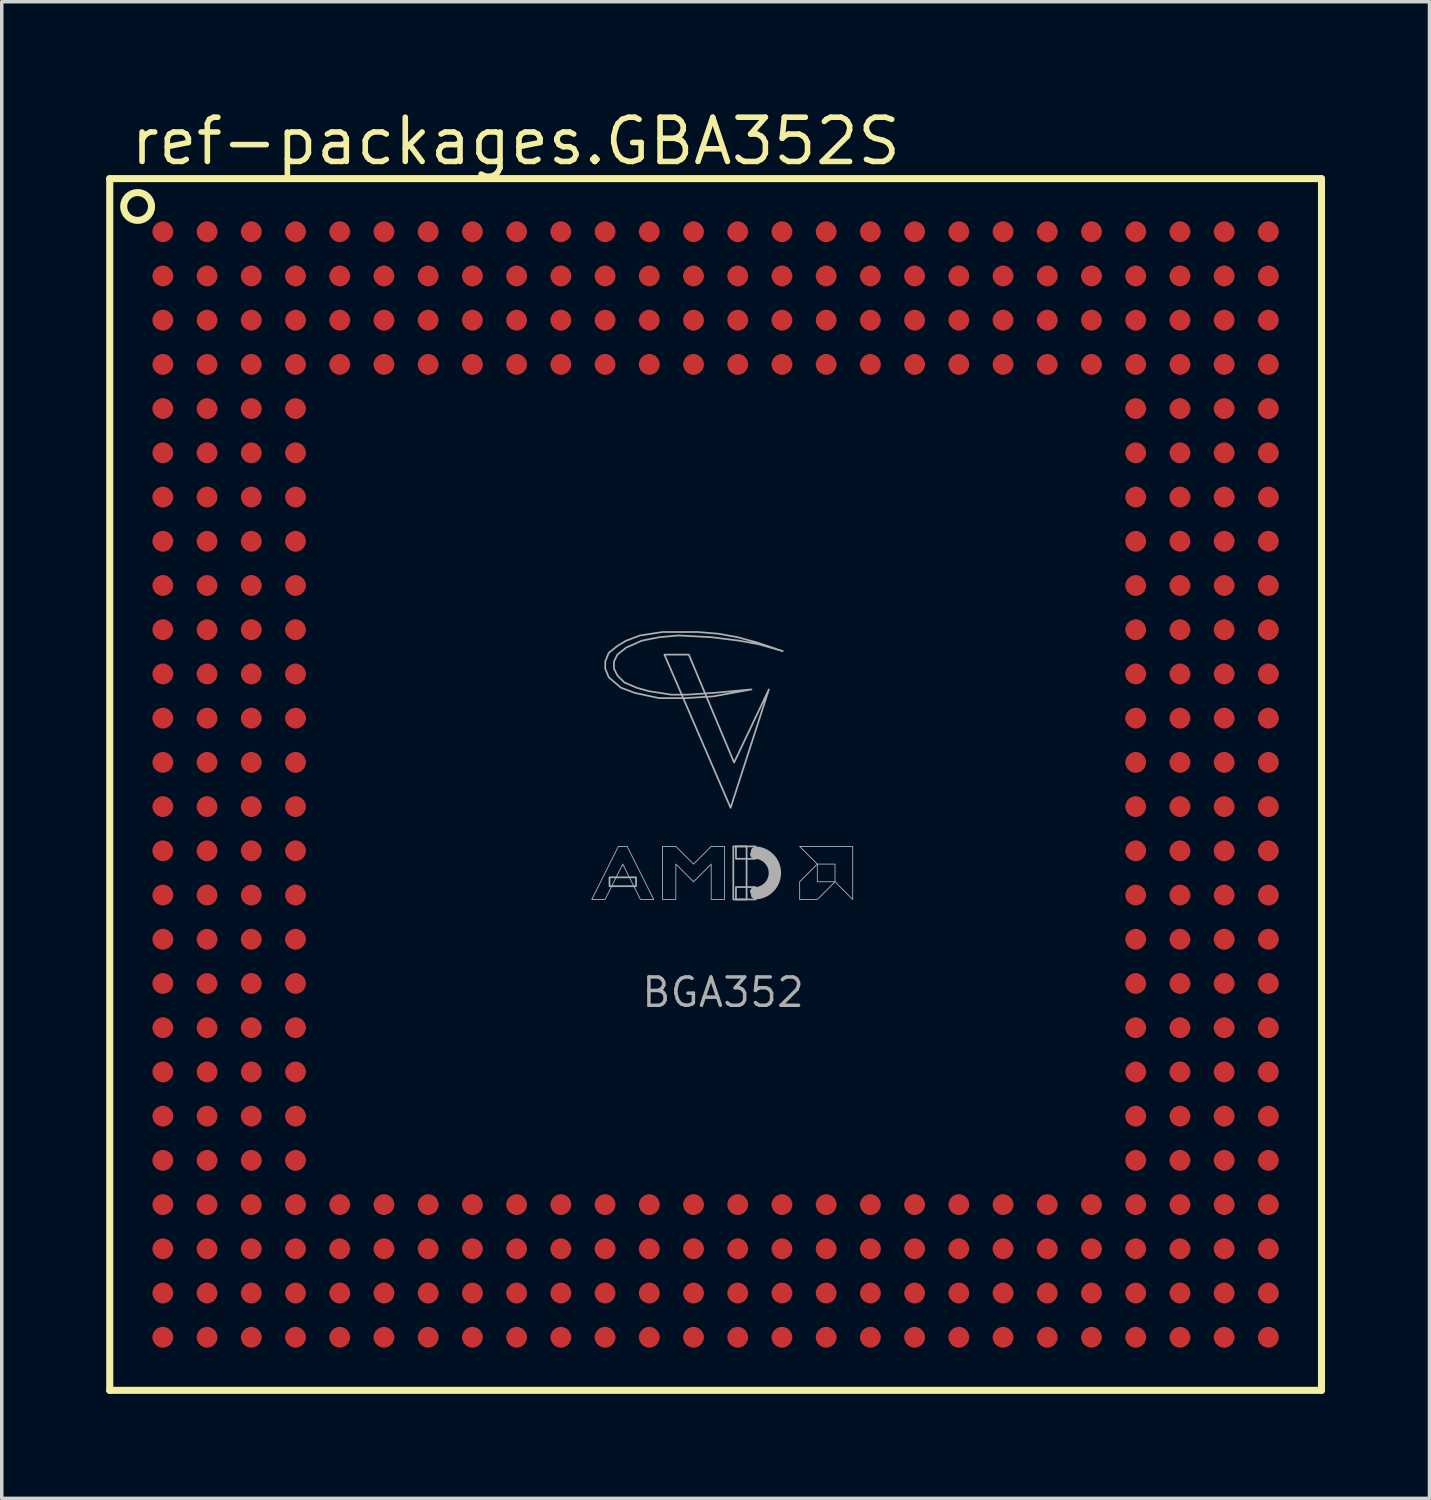
<source format=kicad_pcb>
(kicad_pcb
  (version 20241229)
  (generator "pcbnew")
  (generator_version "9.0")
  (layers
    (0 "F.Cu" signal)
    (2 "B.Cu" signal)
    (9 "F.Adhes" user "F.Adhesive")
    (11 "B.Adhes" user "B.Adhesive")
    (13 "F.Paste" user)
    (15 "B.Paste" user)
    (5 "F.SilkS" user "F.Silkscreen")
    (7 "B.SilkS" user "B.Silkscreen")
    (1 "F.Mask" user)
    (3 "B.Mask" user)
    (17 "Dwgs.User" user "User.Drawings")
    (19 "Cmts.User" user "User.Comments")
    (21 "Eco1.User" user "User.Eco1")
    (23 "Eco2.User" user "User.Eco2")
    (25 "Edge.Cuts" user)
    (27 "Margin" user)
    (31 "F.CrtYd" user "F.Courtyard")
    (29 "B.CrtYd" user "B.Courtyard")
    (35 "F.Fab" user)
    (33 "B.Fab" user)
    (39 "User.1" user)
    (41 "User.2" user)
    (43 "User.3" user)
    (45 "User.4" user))
  (footprint "ref-packages.GBA352S"
    (layer "F.Cu")
    (at 17.502 19.48)
    (property "Reference" "ref-packages.GBA352S" (at -16.88 -17.73 0) (layer "F.SilkS") (effects (font (size 1.27 1.27) (thickness 0.16)) (justify left bottom)))
    (attr smd)
    (fp_line (start -17.4 -17.4) (end -17.4 17.4) (stroke (width 0.203) (type default)) (layer "F.SilkS"))
    (fp_line (start -17.4 17.4) (end 17.4 17.4) (stroke (width 0.203) (type default)) (layer "F.SilkS"))
    (fp_line (start 17.4 -17.4) (end -17.4 -17.4) (stroke (width 0.203) (type default)) (layer "F.SilkS"))
    (fp_line (start 17.4 17.4) (end 17.4 -17.4) (stroke (width 0.203) (type default)) (layer "F.SilkS"))
    (fp_circle (center -16.6 -16.6) (end -16.2 -16.6) (stroke (width 0.203) (type default)) (fill no) (layer "F.SilkS"))
    (fp_rect (start -3.048 2.921) (end -2.286 2.667) (stroke (width 0.05) (type default)) (fill no) (layer "F.Fab"))
    (fp_rect (start 0.508 3.302) (end 0.889 1.778) (stroke (width 0.05) (type default)) (fill no) (layer "F.Fab"))
    (fp_rect (start 0.584 2.134) (end 1.143 1.778) (stroke (width 0.05) (type default)) (fill no) (layer "F.Fab"))
    (fp_rect (start 0.584 3.302) (end 1.143 2.946) (stroke (width 0.05) (type default)) (fill no) (layer "F.Fab"))
    (fp_arc (start 1.1176 1.8034) (mid 1.8542 2.54) (end 1.1176 3.2766) (stroke (width 0.0508) (type default)) (layer "F.Fab"))
    (fp_arc (start 1.1176 1.905) (mid 1.7526 2.54) (end 1.1176 3.175) (stroke (width 0.2032) (type default)) (layer "F.Fab"))
    (fp_arc (start 1.1176 2.0066) (mid 1.651 2.54) (end 1.1176 3.0734) (stroke (width 0.254) (type default)) (layer "F.Fab"))
    (fp_poly (pts (xy -1.47 -3.73) (xy -0.77 -3.73) (xy 0.53 -0.63) (xy 1.53 -2.73) (xy 0.43 0.67)) (stroke (width 0.05) (type default)) (fill no) (layer "F.Fab"))
    (fp_poly (pts (xy 2.413 1.778) (xy 3.937 1.778) (xy 3.937 3.302) (xy 3.429 2.794) (xy 3.429 2.286) (xy 2.921 2.286)) (stroke (width 0.025) (type default)) (fill no) (layer "F.Fab"))
    (fp_poly (pts (xy 2.921 2.286) (xy 2.413 2.794) (xy 2.413 3.302) (xy 2.921 3.302) (xy 3.429 2.794) (xy 2.921 2.794)) (stroke (width 0.025) (type default)) (fill no) (layer "F.Fab"))
    (fp_poly (pts (xy -3.556 3.302) (xy -2.794 1.778) (xy -2.54 1.778) (xy -1.778 3.302) (xy -2.159 3.302) (xy -2.667 2.286) (xy -3.175 3.302)) (stroke (width 0.025) (type default)) (fill no) (layer "F.Fab"))
    (fp_poly (pts (xy -1.524 3.302) (xy -1.524 1.778) (xy -1.143 1.778) (xy -0.635 2.286) (xy -0.127 1.778) (xy 0.254 1.778) (xy 0.254 3.302) (xy -0.127 3.302) (xy -0.127 2.286) (xy -0.635 2.794) (xy -1.143 2.286) (xy -1.143 3.302)) (stroke (width 0.025) (type default)) (fill no) (layer "F.Fab"))
    (fp_poly (pts (xy 1.93 -3.83) (xy 1.18 -4.08) (xy 0.63 -4.23) (xy 0.08 -4.33) (xy -0.52 -4.38) (xy -1.52 -4.38) (xy -2.17 -4.28) (xy -2.57 -4.13) (xy -2.82 -3.98) (xy -3.07 -3.78) (xy -3.17 -3.53) (xy -3.17 -3.33) (xy -3.07 -3.08) (xy -2.72 -2.78) (xy -2.32 -2.63) (xy -1.62 -2.48) (xy -0.87 -2.48) (xy -0.07 -2.53) (xy 1.03 -2.73) (xy -0.07 -2.63) (xy -0.82 -2.58) (xy -1.27 -2.58) (xy -1.92 -2.68) (xy -2.27 -2.78) (xy -2.62 -2.93) (xy -2.82 -3.13) (xy -2.92 -3.33) (xy -2.92 -3.53) (xy -2.82 -3.73) (xy -2.57 -3.93) (xy -2.12 -4.13) (xy -1.62 -4.23) (xy -1.07 -4.28) (xy -0.12 -4.23) (xy 0.68 -4.13) (xy 1.23 -4.03)) (stroke (width 0.05) (type default)) (fill no) (layer "F.Fab"))
    (fp_text user "BGA352" (at -2.175 6.445 0) (layer "F.Fab") (effects (font (size 0.813 0.813) (thickness 0.1)) (justify left bottom)))
    (pad "A1" smd roundrect (at -15.875 -15.875) (size 0.6 0.6) (layers "F.Cu" "F.Mask" "F.Paste") (roundrect_rratio 0.5))
    (pad "A2" smd roundrect (at -14.605 -15.875) (size 0.6 0.6) (layers "F.Cu" "F.Mask" "F.Paste") (roundrect_rratio 0.5))
    (pad "A3" smd roundrect (at -13.335 -15.875) (size 0.6 0.6) (layers "F.Cu" "F.Mask" "F.Paste") (roundrect_rratio 0.5))
    (pad "A4" smd roundrect (at -12.065 -15.875) (size 0.6 0.6) (layers "F.Cu" "F.Mask" "F.Paste") (roundrect_rratio 0.5))
    (pad "A5" smd roundrect (at -10.795 -15.875) (size 0.6 0.6) (layers "F.Cu" "F.Mask" "F.Paste") (roundrect_rratio 0.5))
    (pad "A6" smd roundrect (at -9.525 -15.875) (size 0.6 0.6) (layers "F.Cu" "F.Mask" "F.Paste") (roundrect_rratio 0.5))
    (pad "A7" smd roundrect (at -8.255 -15.875) (size 0.6 0.6) (layers "F.Cu" "F.Mask" "F.Paste") (roundrect_rratio 0.5))
    (pad "A8" smd roundrect (at -6.985 -15.875) (size 0.6 0.6) (layers "F.Cu" "F.Mask" "F.Paste") (roundrect_rratio 0.5))
    (pad "A9" smd roundrect (at -5.715 -15.875) (size 0.6 0.6) (layers "F.Cu" "F.Mask" "F.Paste") (roundrect_rratio 0.5))
    (pad "A10" smd roundrect (at -4.445 -15.875) (size 0.6 0.6) (layers "F.Cu" "F.Mask" "F.Paste") (roundrect_rratio 0.5))
    (pad "A11" smd roundrect (at -3.175 -15.875) (size 0.6 0.6) (layers "F.Cu" "F.Mask" "F.Paste") (roundrect_rratio 0.5))
    (pad "A12" smd roundrect (at -1.905 -15.875) (size 0.6 0.6) (layers "F.Cu" "F.Mask" "F.Paste") (roundrect_rratio 0.5))
    (pad "A13" smd roundrect (at -0.635 -15.875) (size 0.6 0.6) (layers "F.Cu" "F.Mask" "F.Paste") (roundrect_rratio 0.5))
    (pad "A14" smd roundrect (at 0.635 -15.875) (size 0.6 0.6) (layers "F.Cu" "F.Mask" "F.Paste") (roundrect_rratio 0.5))
    (pad "A15" smd roundrect (at 1.905 -15.875) (size 0.6 0.6) (layers "F.Cu" "F.Mask" "F.Paste") (roundrect_rratio 0.5))
    (pad "A16" smd roundrect (at 3.175 -15.875) (size 0.6 0.6) (layers "F.Cu" "F.Mask" "F.Paste") (roundrect_rratio 0.5))
    (pad "A17" smd roundrect (at 4.445 -15.875) (size 0.6 0.6) (layers "F.Cu" "F.Mask" "F.Paste") (roundrect_rratio 0.5))
    (pad "A18" smd roundrect (at 5.715 -15.875) (size 0.6 0.6) (layers "F.Cu" "F.Mask" "F.Paste") (roundrect_rratio 0.5))
    (pad "A19" smd roundrect (at 6.985 -15.875) (size 0.6 0.6) (layers "F.Cu" "F.Mask" "F.Paste") (roundrect_rratio 0.5))
    (pad "A20" smd roundrect (at 8.255 -15.875) (size 0.6 0.6) (layers "F.Cu" "F.Mask" "F.Paste") (roundrect_rratio 0.5))
    (pad "A21" smd roundrect (at 9.525 -15.875) (size 0.6 0.6) (layers "F.Cu" "F.Mask" "F.Paste") (roundrect_rratio 0.5))
    (pad "A22" smd roundrect (at 10.795 -15.875) (size 0.6 0.6) (layers "F.Cu" "F.Mask" "F.Paste") (roundrect_rratio 0.5))
    (pad "A23" smd roundrect (at 12.065 -15.875) (size 0.6 0.6) (layers "F.Cu" "F.Mask" "F.Paste") (roundrect_rratio 0.5))
    (pad "A24" smd roundrect (at 13.335 -15.875) (size 0.6 0.6) (layers "F.Cu" "F.Mask" "F.Paste") (roundrect_rratio 0.5))
    (pad "A25" smd roundrect (at 14.605 -15.875) (size 0.6 0.6) (layers "F.Cu" "F.Mask" "F.Paste") (roundrect_rratio 0.5))
    (pad "A26" smd roundrect (at 15.875 -15.875) (size 0.6 0.6) (layers "F.Cu" "F.Mask" "F.Paste") (roundrect_rratio 0.5))
    (pad "AA1" smd roundrect (at -15.875 9.525) (size 0.6 0.6) (layers "F.Cu" "F.Mask" "F.Paste") (roundrect_rratio 0.5))
    (pad "AA2" smd roundrect (at -14.605 9.525) (size 0.6 0.6) (layers "F.Cu" "F.Mask" "F.Paste") (roundrect_rratio 0.5))
    (pad "AA3" smd roundrect (at -13.335 9.525) (size 0.6 0.6) (layers "F.Cu" "F.Mask" "F.Paste") (roundrect_rratio 0.5))
    (pad "AA4" smd roundrect (at -12.065 9.525) (size 0.6 0.6) (layers "F.Cu" "F.Mask" "F.Paste") (roundrect_rratio 0.5))
    (pad "AA23" smd roundrect (at 12.065 9.525) (size 0.6 0.6) (layers "F.Cu" "F.Mask" "F.Paste") (roundrect_rratio 0.5))
    (pad "AA24" smd roundrect (at 13.335 9.525) (size 0.6 0.6) (layers "F.Cu" "F.Mask" "F.Paste") (roundrect_rratio 0.5))
    (pad "AA25" smd roundrect (at 14.605 9.525) (size 0.6 0.6) (layers "F.Cu" "F.Mask" "F.Paste") (roundrect_rratio 0.5))
    (pad "AA26" smd roundrect (at 15.875 9.525) (size 0.6 0.6) (layers "F.Cu" "F.Mask" "F.Paste") (roundrect_rratio 0.5))
    (pad "AB1" smd roundrect (at -15.875 10.795) (size 0.6 0.6) (layers "F.Cu" "F.Mask" "F.Paste") (roundrect_rratio 0.5))
    (pad "AB2" smd roundrect (at -14.605 10.795) (size 0.6 0.6) (layers "F.Cu" "F.Mask" "F.Paste") (roundrect_rratio 0.5))
    (pad "AB3" smd roundrect (at -13.335 10.795) (size 0.6 0.6) (layers "F.Cu" "F.Mask" "F.Paste") (roundrect_rratio 0.5))
    (pad "AB4" smd roundrect (at -12.065 10.795) (size 0.6 0.6) (layers "F.Cu" "F.Mask" "F.Paste") (roundrect_rratio 0.5))
    (pad "AB23" smd roundrect (at 12.065 10.795) (size 0.6 0.6) (layers "F.Cu" "F.Mask" "F.Paste") (roundrect_rratio 0.5))
    (pad "AB24" smd roundrect (at 13.335 10.795) (size 0.6 0.6) (layers "F.Cu" "F.Mask" "F.Paste") (roundrect_rratio 0.5))
    (pad "AB25" smd roundrect (at 14.605 10.795) (size 0.6 0.6) (layers "F.Cu" "F.Mask" "F.Paste") (roundrect_rratio 0.5))
    (pad "AB26" smd roundrect (at 15.875 10.795) (size 0.6 0.6) (layers "F.Cu" "F.Mask" "F.Paste") (roundrect_rratio 0.5))
    (pad "AC1" smd roundrect (at -15.875 12.065) (size 0.6 0.6) (layers "F.Cu" "F.Mask" "F.Paste") (roundrect_rratio 0.5))
    (pad "AC2" smd roundrect (at -14.605 12.065) (size 0.6 0.6) (layers "F.Cu" "F.Mask" "F.Paste") (roundrect_rratio 0.5))
    (pad "AC3" smd roundrect (at -13.335 12.065) (size 0.6 0.6) (layers "F.Cu" "F.Mask" "F.Paste") (roundrect_rratio 0.5))
    (pad "AC4" smd roundrect (at -12.065 12.065) (size 0.6 0.6) (layers "F.Cu" "F.Mask" "F.Paste") (roundrect_rratio 0.5))
    (pad "AC5" smd roundrect (at -10.795 12.065) (size 0.6 0.6) (layers "F.Cu" "F.Mask" "F.Paste") (roundrect_rratio 0.5))
    (pad "AC6" smd roundrect (at -9.525 12.065) (size 0.6 0.6) (layers "F.Cu" "F.Mask" "F.Paste") (roundrect_rratio 0.5))
    (pad "AC7" smd roundrect (at -8.255 12.065) (size 0.6 0.6) (layers "F.Cu" "F.Mask" "F.Paste") (roundrect_rratio 0.5))
    (pad "AC8" smd roundrect (at -6.985 12.065) (size 0.6 0.6) (layers "F.Cu" "F.Mask" "F.Paste") (roundrect_rratio 0.5))
    (pad "AC9" smd roundrect (at -5.715 12.065) (size 0.6 0.6) (layers "F.Cu" "F.Mask" "F.Paste") (roundrect_rratio 0.5))
    (pad "AC10" smd roundrect (at -4.445 12.065) (size 0.6 0.6) (layers "F.Cu" "F.Mask" "F.Paste") (roundrect_rratio 0.5))
    (pad "AC11" smd roundrect (at -3.175 12.065) (size 0.6 0.6) (layers "F.Cu" "F.Mask" "F.Paste") (roundrect_rratio 0.5))
    (pad "AC12" smd roundrect (at -1.905 12.065) (size 0.6 0.6) (layers "F.Cu" "F.Mask" "F.Paste") (roundrect_rratio 0.5))
    (pad "AC13" smd roundrect (at -0.635 12.065) (size 0.6 0.6) (layers "F.Cu" "F.Mask" "F.Paste") (roundrect_rratio 0.5))
    (pad "AC14" smd roundrect (at 0.635 12.065) (size 0.6 0.6) (layers "F.Cu" "F.Mask" "F.Paste") (roundrect_rratio 0.5))
    (pad "AC15" smd roundrect (at 1.905 12.065) (size 0.6 0.6) (layers "F.Cu" "F.Mask" "F.Paste") (roundrect_rratio 0.5))
    (pad "AC16" smd roundrect (at 3.175 12.065) (size 0.6 0.6) (layers "F.Cu" "F.Mask" "F.Paste") (roundrect_rratio 0.5))
    (pad "AC17" smd roundrect (at 4.445 12.065) (size 0.6 0.6) (layers "F.Cu" "F.Mask" "F.Paste") (roundrect_rratio 0.5))
    (pad "AC18" smd roundrect (at 5.715 12.065) (size 0.6 0.6) (layers "F.Cu" "F.Mask" "F.Paste") (roundrect_rratio 0.5))
    (pad "AC19" smd roundrect (at 6.985 12.065) (size 0.6 0.6) (layers "F.Cu" "F.Mask" "F.Paste") (roundrect_rratio 0.5))
    (pad "AC20" smd roundrect (at 8.255 12.065) (size 0.6 0.6) (layers "F.Cu" "F.Mask" "F.Paste") (roundrect_rratio 0.5))
    (pad "AC21" smd roundrect (at 9.525 12.065) (size 0.6 0.6) (layers "F.Cu" "F.Mask" "F.Paste") (roundrect_rratio 0.5))
    (pad "AC22" smd roundrect (at 10.795 12.065) (size 0.6 0.6) (layers "F.Cu" "F.Mask" "F.Paste") (roundrect_rratio 0.5))
    (pad "AC23" smd roundrect (at 12.065 12.065) (size 0.6 0.6) (layers "F.Cu" "F.Mask" "F.Paste") (roundrect_rratio 0.5))
    (pad "AC24" smd roundrect (at 13.335 12.065) (size 0.6 0.6) (layers "F.Cu" "F.Mask" "F.Paste") (roundrect_rratio 0.5))
    (pad "AC25" smd roundrect (at 14.605 12.065) (size 0.6 0.6) (layers "F.Cu" "F.Mask" "F.Paste") (roundrect_rratio 0.5))
    (pad "AC26" smd roundrect (at 15.875 12.065) (size 0.6 0.6) (layers "F.Cu" "F.Mask" "F.Paste") (roundrect_rratio 0.5))
    (pad "AD1" smd roundrect (at -15.875 13.335) (size 0.6 0.6) (layers "F.Cu" "F.Mask" "F.Paste") (roundrect_rratio 0.5))
    (pad "AD2" smd roundrect (at -14.605 13.335) (size 0.6 0.6) (layers "F.Cu" "F.Mask" "F.Paste") (roundrect_rratio 0.5))
    (pad "AD3" smd roundrect (at -13.335 13.335) (size 0.6 0.6) (layers "F.Cu" "F.Mask" "F.Paste") (roundrect_rratio 0.5))
    (pad "AD4" smd roundrect (at -12.065 13.335) (size 0.6 0.6) (layers "F.Cu" "F.Mask" "F.Paste") (roundrect_rratio 0.5))
    (pad "AD5" smd roundrect (at -10.795 13.335) (size 0.6 0.6) (layers "F.Cu" "F.Mask" "F.Paste") (roundrect_rratio 0.5))
    (pad "AD6" smd roundrect (at -9.525 13.335) (size 0.6 0.6) (layers "F.Cu" "F.Mask" "F.Paste") (roundrect_rratio 0.5))
    (pad "AD7" smd roundrect (at -8.255 13.335) (size 0.6 0.6) (layers "F.Cu" "F.Mask" "F.Paste") (roundrect_rratio 0.5))
    (pad "AD8" smd roundrect (at -6.985 13.335) (size 0.6 0.6) (layers "F.Cu" "F.Mask" "F.Paste") (roundrect_rratio 0.5))
    (pad "AD9" smd roundrect (at -5.715 13.335) (size 0.6 0.6) (layers "F.Cu" "F.Mask" "F.Paste") (roundrect_rratio 0.5))
    (pad "AD10" smd roundrect (at -4.445 13.335) (size 0.6 0.6) (layers "F.Cu" "F.Mask" "F.Paste") (roundrect_rratio 0.5))
    (pad "AD11" smd roundrect (at -3.175 13.335) (size 0.6 0.6) (layers "F.Cu" "F.Mask" "F.Paste") (roundrect_rratio 0.5))
    (pad "AD12" smd roundrect (at -1.905 13.335) (size 0.6 0.6) (layers "F.Cu" "F.Mask" "F.Paste") (roundrect_rratio 0.5))
    (pad "AD13" smd roundrect (at -0.635 13.335) (size 0.6 0.6) (layers "F.Cu" "F.Mask" "F.Paste") (roundrect_rratio 0.5))
    (pad "AD14" smd roundrect (at 0.635 13.335) (size 0.6 0.6) (layers "F.Cu" "F.Mask" "F.Paste") (roundrect_rratio 0.5))
    (pad "AD15" smd roundrect (at 1.905 13.335) (size 0.6 0.6) (layers "F.Cu" "F.Mask" "F.Paste") (roundrect_rratio 0.5))
    (pad "AD16" smd roundrect (at 3.175 13.335) (size 0.6 0.6) (layers "F.Cu" "F.Mask" "F.Paste") (roundrect_rratio 0.5))
    (pad "AD17" smd roundrect (at 4.445 13.335) (size 0.6 0.6) (layers "F.Cu" "F.Mask" "F.Paste") (roundrect_rratio 0.5))
    (pad "AD18" smd roundrect (at 5.715 13.335) (size 0.6 0.6) (layers "F.Cu" "F.Mask" "F.Paste") (roundrect_rratio 0.5))
    (pad "AD19" smd roundrect (at 6.985 13.335) (size 0.6 0.6) (layers "F.Cu" "F.Mask" "F.Paste") (roundrect_rratio 0.5))
    (pad "AD20" smd roundrect (at 8.255 13.335) (size 0.6 0.6) (layers "F.Cu" "F.Mask" "F.Paste") (roundrect_rratio 0.5))
    (pad "AD21" smd roundrect (at 9.525 13.335) (size 0.6 0.6) (layers "F.Cu" "F.Mask" "F.Paste") (roundrect_rratio 0.5))
    (pad "AD22" smd roundrect (at 10.795 13.335) (size 0.6 0.6) (layers "F.Cu" "F.Mask" "F.Paste") (roundrect_rratio 0.5))
    (pad "AD23" smd roundrect (at 12.065 13.335) (size 0.6 0.6) (layers "F.Cu" "F.Mask" "F.Paste") (roundrect_rratio 0.5))
    (pad "AD24" smd roundrect (at 13.335 13.335) (size 0.6 0.6) (layers "F.Cu" "F.Mask" "F.Paste") (roundrect_rratio 0.5))
    (pad "AD25" smd roundrect (at 14.605 13.335) (size 0.6 0.6) (layers "F.Cu" "F.Mask" "F.Paste") (roundrect_rratio 0.5))
    (pad "AD26" smd roundrect (at 15.875 13.335) (size 0.6 0.6) (layers "F.Cu" "F.Mask" "F.Paste") (roundrect_rratio 0.5))
    (pad "AE1" smd roundrect (at -15.875 14.605) (size 0.6 0.6) (layers "F.Cu" "F.Mask" "F.Paste") (roundrect_rratio 0.5))
    (pad "AE2" smd roundrect (at -14.605 14.605) (size 0.6 0.6) (layers "F.Cu" "F.Mask" "F.Paste") (roundrect_rratio 0.5))
    (pad "AE3" smd roundrect (at -13.335 14.605) (size 0.6 0.6) (layers "F.Cu" "F.Mask" "F.Paste") (roundrect_rratio 0.5))
    (pad "AE4" smd roundrect (at -12.065 14.605) (size 0.6 0.6) (layers "F.Cu" "F.Mask" "F.Paste") (roundrect_rratio 0.5))
    (pad "AE5" smd roundrect (at -10.795 14.605) (size 0.6 0.6) (layers "F.Cu" "F.Mask" "F.Paste") (roundrect_rratio 0.5))
    (pad "AE6" smd roundrect (at -9.525 14.605) (size 0.6 0.6) (layers "F.Cu" "F.Mask" "F.Paste") (roundrect_rratio 0.5))
    (pad "AE7" smd roundrect (at -8.255 14.605) (size 0.6 0.6) (layers "F.Cu" "F.Mask" "F.Paste") (roundrect_rratio 0.5))
    (pad "AE8" smd roundrect (at -6.985 14.605) (size 0.6 0.6) (layers "F.Cu" "F.Mask" "F.Paste") (roundrect_rratio 0.5))
    (pad "AE9" smd roundrect (at -5.715 14.605) (size 0.6 0.6) (layers "F.Cu" "F.Mask" "F.Paste") (roundrect_rratio 0.5))
    (pad "AE10" smd roundrect (at -4.445 14.605) (size 0.6 0.6) (layers "F.Cu" "F.Mask" "F.Paste") (roundrect_rratio 0.5))
    (pad "AE11" smd roundrect (at -3.175 14.605) (size 0.6 0.6) (layers "F.Cu" "F.Mask" "F.Paste") (roundrect_rratio 0.5))
    (pad "AE12" smd roundrect (at -1.905 14.605) (size 0.6 0.6) (layers "F.Cu" "F.Mask" "F.Paste") (roundrect_rratio 0.5))
    (pad "AE13" smd roundrect (at -0.635 14.605) (size 0.6 0.6) (layers "F.Cu" "F.Mask" "F.Paste") (roundrect_rratio 0.5))
    (pad "AE14" smd roundrect (at 0.635 14.605) (size 0.6 0.6) (layers "F.Cu" "F.Mask" "F.Paste") (roundrect_rratio 0.5))
    (pad "AE15" smd roundrect (at 1.905 14.605) (size 0.6 0.6) (layers "F.Cu" "F.Mask" "F.Paste") (roundrect_rratio 0.5))
    (pad "AE16" smd roundrect (at 3.175 14.605) (size 0.6 0.6) (layers "F.Cu" "F.Mask" "F.Paste") (roundrect_rratio 0.5))
    (pad "AE17" smd roundrect (at 4.445 14.605) (size 0.6 0.6) (layers "F.Cu" "F.Mask" "F.Paste") (roundrect_rratio 0.5))
    (pad "AE18" smd roundrect (at 5.715 14.605) (size 0.6 0.6) (layers "F.Cu" "F.Mask" "F.Paste") (roundrect_rratio 0.5))
    (pad "AE19" smd roundrect (at 6.985 14.605) (size 0.6 0.6) (layers "F.Cu" "F.Mask" "F.Paste") (roundrect_rratio 0.5))
    (pad "AE20" smd roundrect (at 8.255 14.605) (size 0.6 0.6) (layers "F.Cu" "F.Mask" "F.Paste") (roundrect_rratio 0.5))
    (pad "AE21" smd roundrect (at 9.525 14.605) (size 0.6 0.6) (layers "F.Cu" "F.Mask" "F.Paste") (roundrect_rratio 0.5))
    (pad "AE22" smd roundrect (at 10.795 14.605) (size 0.6 0.6) (layers "F.Cu" "F.Mask" "F.Paste") (roundrect_rratio 0.5))
    (pad "AE23" smd roundrect (at 12.065 14.605) (size 0.6 0.6) (layers "F.Cu" "F.Mask" "F.Paste") (roundrect_rratio 0.5))
    (pad "AE24" smd roundrect (at 13.335 14.605) (size 0.6 0.6) (layers "F.Cu" "F.Mask" "F.Paste") (roundrect_rratio 0.5))
    (pad "AE25" smd roundrect (at 14.605 14.605) (size 0.6 0.6) (layers "F.Cu" "F.Mask" "F.Paste") (roundrect_rratio 0.5))
    (pad "AE26" smd roundrect (at 15.875 14.605) (size 0.6 0.6) (layers "F.Cu" "F.Mask" "F.Paste") (roundrect_rratio 0.5))
    (pad "AF1" smd roundrect (at -15.875 15.875) (size 0.6 0.6) (layers "F.Cu" "F.Mask" "F.Paste") (roundrect_rratio 0.5))
    (pad "AF2" smd roundrect (at -14.605 15.875) (size 0.6 0.6) (layers "F.Cu" "F.Mask" "F.Paste") (roundrect_rratio 0.5))
    (pad "AF3" smd roundrect (at -13.335 15.875) (size 0.6 0.6) (layers "F.Cu" "F.Mask" "F.Paste") (roundrect_rratio 0.5))
    (pad "AF4" smd roundrect (at -12.065 15.875) (size 0.6 0.6) (layers "F.Cu" "F.Mask" "F.Paste") (roundrect_rratio 0.5))
    (pad "AF5" smd roundrect (at -10.795 15.875) (size 0.6 0.6) (layers "F.Cu" "F.Mask" "F.Paste") (roundrect_rratio 0.5))
    (pad "AF6" smd roundrect (at -9.525 15.875) (size 0.6 0.6) (layers "F.Cu" "F.Mask" "F.Paste") (roundrect_rratio 0.5))
    (pad "AF7" smd roundrect (at -8.255 15.875) (size 0.6 0.6) (layers "F.Cu" "F.Mask" "F.Paste") (roundrect_rratio 0.5))
    (pad "AF8" smd roundrect (at -6.985 15.875) (size 0.6 0.6) (layers "F.Cu" "F.Mask" "F.Paste") (roundrect_rratio 0.5))
    (pad "AF9" smd roundrect (at -5.715 15.875) (size 0.6 0.6) (layers "F.Cu" "F.Mask" "F.Paste") (roundrect_rratio 0.5))
    (pad "AF10" smd roundrect (at -4.445 15.875) (size 0.6 0.6) (layers "F.Cu" "F.Mask" "F.Paste") (roundrect_rratio 0.5))
    (pad "AF11" smd roundrect (at -3.175 15.875) (size 0.6 0.6) (layers "F.Cu" "F.Mask" "F.Paste") (roundrect_rratio 0.5))
    (pad "AF12" smd roundrect (at -1.905 15.875) (size 0.6 0.6) (layers "F.Cu" "F.Mask" "F.Paste") (roundrect_rratio 0.5))
    (pad "AF13" smd roundrect (at -0.635 15.875) (size 0.6 0.6) (layers "F.Cu" "F.Mask" "F.Paste") (roundrect_rratio 0.5))
    (pad "AF14" smd roundrect (at 0.635 15.875) (size 0.6 0.6) (layers "F.Cu" "F.Mask" "F.Paste") (roundrect_rratio 0.5))
    (pad "AF15" smd roundrect (at 1.905 15.875) (size 0.6 0.6) (layers "F.Cu" "F.Mask" "F.Paste") (roundrect_rratio 0.5))
    (pad "AF16" smd roundrect (at 3.175 15.875) (size 0.6 0.6) (layers "F.Cu" "F.Mask" "F.Paste") (roundrect_rratio 0.5))
    (pad "AF17" smd roundrect (at 4.445 15.875) (size 0.6 0.6) (layers "F.Cu" "F.Mask" "F.Paste") (roundrect_rratio 0.5))
    (pad "AF18" smd roundrect (at 5.715 15.875) (size 0.6 0.6) (layers "F.Cu" "F.Mask" "F.Paste") (roundrect_rratio 0.5))
    (pad "AF19" smd roundrect (at 6.985 15.875) (size 0.6 0.6) (layers "F.Cu" "F.Mask" "F.Paste") (roundrect_rratio 0.5))
    (pad "AF20" smd roundrect (at 8.255 15.875) (size 0.6 0.6) (layers "F.Cu" "F.Mask" "F.Paste") (roundrect_rratio 0.5))
    (pad "AF21" smd roundrect (at 9.525 15.875) (size 0.6 0.6) (layers "F.Cu" "F.Mask" "F.Paste") (roundrect_rratio 0.5))
    (pad "AF22" smd roundrect (at 10.795 15.875) (size 0.6 0.6) (layers "F.Cu" "F.Mask" "F.Paste") (roundrect_rratio 0.5))
    (pad "AF23" smd roundrect (at 12.065 15.875) (size 0.6 0.6) (layers "F.Cu" "F.Mask" "F.Paste") (roundrect_rratio 0.5))
    (pad "AF24" smd roundrect (at 13.335 15.875) (size 0.6 0.6) (layers "F.Cu" "F.Mask" "F.Paste") (roundrect_rratio 0.5))
    (pad "AF25" smd roundrect (at 14.605 15.875) (size 0.6 0.6) (layers "F.Cu" "F.Mask" "F.Paste") (roundrect_rratio 0.5))
    (pad "AF26" smd roundrect (at 15.875 15.875) (size 0.6 0.6) (layers "F.Cu" "F.Mask" "F.Paste") (roundrect_rratio 0.5))
    (pad "B1" smd roundrect (at -15.875 -14.605) (size 0.6 0.6) (layers "F.Cu" "F.Mask" "F.Paste") (roundrect_rratio 0.5))
    (pad "B2" smd roundrect (at -14.605 -14.605) (size 0.6 0.6) (layers "F.Cu" "F.Mask" "F.Paste") (roundrect_rratio 0.5))
    (pad "B3" smd roundrect (at -13.335 -14.605) (size 0.6 0.6) (layers "F.Cu" "F.Mask" "F.Paste") (roundrect_rratio 0.5))
    (pad "B4" smd roundrect (at -12.065 -14.605) (size 0.6 0.6) (layers "F.Cu" "F.Mask" "F.Paste") (roundrect_rratio 0.5))
    (pad "B5" smd roundrect (at -10.795 -14.605) (size 0.6 0.6) (layers "F.Cu" "F.Mask" "F.Paste") (roundrect_rratio 0.5))
    (pad "B6" smd roundrect (at -9.525 -14.605) (size 0.6 0.6) (layers "F.Cu" "F.Mask" "F.Paste") (roundrect_rratio 0.5))
    (pad "B7" smd roundrect (at -8.255 -14.605) (size 0.6 0.6) (layers "F.Cu" "F.Mask" "F.Paste") (roundrect_rratio 0.5))
    (pad "B8" smd roundrect (at -6.985 -14.605) (size 0.6 0.6) (layers "F.Cu" "F.Mask" "F.Paste") (roundrect_rratio 0.5))
    (pad "B9" smd roundrect (at -5.715 -14.605) (size 0.6 0.6) (layers "F.Cu" "F.Mask" "F.Paste") (roundrect_rratio 0.5))
    (pad "B10" smd roundrect (at -4.445 -14.605) (size 0.6 0.6) (layers "F.Cu" "F.Mask" "F.Paste") (roundrect_rratio 0.5))
    (pad "B11" smd roundrect (at -3.175 -14.605) (size 0.6 0.6) (layers "F.Cu" "F.Mask" "F.Paste") (roundrect_rratio 0.5))
    (pad "B12" smd roundrect (at -1.905 -14.605) (size 0.6 0.6) (layers "F.Cu" "F.Mask" "F.Paste") (roundrect_rratio 0.5))
    (pad "B13" smd roundrect (at -0.635 -14.605) (size 0.6 0.6) (layers "F.Cu" "F.Mask" "F.Paste") (roundrect_rratio 0.5))
    (pad "B14" smd roundrect (at 0.635 -14.605) (size 0.6 0.6) (layers "F.Cu" "F.Mask" "F.Paste") (roundrect_rratio 0.5))
    (pad "B15" smd roundrect (at 1.905 -14.605) (size 0.6 0.6) (layers "F.Cu" "F.Mask" "F.Paste") (roundrect_rratio 0.5))
    (pad "B16" smd roundrect (at 3.175 -14.605) (size 0.6 0.6) (layers "F.Cu" "F.Mask" "F.Paste") (roundrect_rratio 0.5))
    (pad "B17" smd roundrect (at 4.445 -14.605) (size 0.6 0.6) (layers "F.Cu" "F.Mask" "F.Paste") (roundrect_rratio 0.5))
    (pad "B18" smd roundrect (at 5.715 -14.605) (size 0.6 0.6) (layers "F.Cu" "F.Mask" "F.Paste") (roundrect_rratio 0.5))
    (pad "B19" smd roundrect (at 6.985 -14.605) (size 0.6 0.6) (layers "F.Cu" "F.Mask" "F.Paste") (roundrect_rratio 0.5))
    (pad "B20" smd roundrect (at 8.255 -14.605) (size 0.6 0.6) (layers "F.Cu" "F.Mask" "F.Paste") (roundrect_rratio 0.5))
    (pad "B21" smd roundrect (at 9.525 -14.605) (size 0.6 0.6) (layers "F.Cu" "F.Mask" "F.Paste") (roundrect_rratio 0.5))
    (pad "B22" smd roundrect (at 10.795 -14.605) (size 0.6 0.6) (layers "F.Cu" "F.Mask" "F.Paste") (roundrect_rratio 0.5))
    (pad "B23" smd roundrect (at 12.065 -14.605) (size 0.6 0.6) (layers "F.Cu" "F.Mask" "F.Paste") (roundrect_rratio 0.5))
    (pad "B24" smd roundrect (at 13.335 -14.605) (size 0.6 0.6) (layers "F.Cu" "F.Mask" "F.Paste") (roundrect_rratio 0.5))
    (pad "B25" smd roundrect (at 14.605 -14.605) (size 0.6 0.6) (layers "F.Cu" "F.Mask" "F.Paste") (roundrect_rratio 0.5))
    (pad "B26" smd roundrect (at 15.875 -14.605) (size 0.6 0.6) (layers "F.Cu" "F.Mask" "F.Paste") (roundrect_rratio 0.5))
    (pad "C1" smd roundrect (at -15.875 -13.335) (size 0.6 0.6) (layers "F.Cu" "F.Mask" "F.Paste") (roundrect_rratio 0.5))
    (pad "C2" smd roundrect (at -14.605 -13.335) (size 0.6 0.6) (layers "F.Cu" "F.Mask" "F.Paste") (roundrect_rratio 0.5))
    (pad "C3" smd roundrect (at -13.335 -13.335) (size 0.6 0.6) (layers "F.Cu" "F.Mask" "F.Paste") (roundrect_rratio 0.5))
    (pad "C4" smd roundrect (at -12.065 -13.335) (size 0.6 0.6) (layers "F.Cu" "F.Mask" "F.Paste") (roundrect_rratio 0.5))
    (pad "C5" smd roundrect (at -10.795 -13.335) (size 0.6 0.6) (layers "F.Cu" "F.Mask" "F.Paste") (roundrect_rratio 0.5))
    (pad "C6" smd roundrect (at -9.525 -13.335) (size 0.6 0.6) (layers "F.Cu" "F.Mask" "F.Paste") (roundrect_rratio 0.5))
    (pad "C7" smd roundrect (at -8.255 -13.335) (size 0.6 0.6) (layers "F.Cu" "F.Mask" "F.Paste") (roundrect_rratio 0.5))
    (pad "C8" smd roundrect (at -6.985 -13.335) (size 0.6 0.6) (layers "F.Cu" "F.Mask" "F.Paste") (roundrect_rratio 0.5))
    (pad "C9" smd roundrect (at -5.715 -13.335) (size 0.6 0.6) (layers "F.Cu" "F.Mask" "F.Paste") (roundrect_rratio 0.5))
    (pad "C10" smd roundrect (at -4.445 -13.335) (size 0.6 0.6) (layers "F.Cu" "F.Mask" "F.Paste") (roundrect_rratio 0.5))
    (pad "C11" smd roundrect (at -3.175 -13.335) (size 0.6 0.6) (layers "F.Cu" "F.Mask" "F.Paste") (roundrect_rratio 0.5))
    (pad "C12" smd roundrect (at -1.905 -13.335) (size 0.6 0.6) (layers "F.Cu" "F.Mask" "F.Paste") (roundrect_rratio 0.5))
    (pad "C13" smd roundrect (at -0.635 -13.335) (size 0.6 0.6) (layers "F.Cu" "F.Mask" "F.Paste") (roundrect_rratio 0.5))
    (pad "C14" smd roundrect (at 0.635 -13.335) (size 0.6 0.6) (layers "F.Cu" "F.Mask" "F.Paste") (roundrect_rratio 0.5))
    (pad "C15" smd roundrect (at 1.905 -13.335) (size 0.6 0.6) (layers "F.Cu" "F.Mask" "F.Paste") (roundrect_rratio 0.5))
    (pad "C16" smd roundrect (at 3.175 -13.335) (size 0.6 0.6) (layers "F.Cu" "F.Mask" "F.Paste") (roundrect_rratio 0.5))
    (pad "C17" smd roundrect (at 4.445 -13.335) (size 0.6 0.6) (layers "F.Cu" "F.Mask" "F.Paste") (roundrect_rratio 0.5))
    (pad "C18" smd roundrect (at 5.715 -13.335) (size 0.6 0.6) (layers "F.Cu" "F.Mask" "F.Paste") (roundrect_rratio 0.5))
    (pad "C19" smd roundrect (at 6.985 -13.335) (size 0.6 0.6) (layers "F.Cu" "F.Mask" "F.Paste") (roundrect_rratio 0.5))
    (pad "C20" smd roundrect (at 8.255 -13.335) (size 0.6 0.6) (layers "F.Cu" "F.Mask" "F.Paste") (roundrect_rratio 0.5))
    (pad "C21" smd roundrect (at 9.525 -13.335) (size 0.6 0.6) (layers "F.Cu" "F.Mask" "F.Paste") (roundrect_rratio 0.5))
    (pad "C22" smd roundrect (at 10.795 -13.335) (size 0.6 0.6) (layers "F.Cu" "F.Mask" "F.Paste") (roundrect_rratio 0.5))
    (pad "C23" smd roundrect (at 12.065 -13.335) (size 0.6 0.6) (layers "F.Cu" "F.Mask" "F.Paste") (roundrect_rratio 0.5))
    (pad "C24" smd roundrect (at 13.335 -13.335) (size 0.6 0.6) (layers "F.Cu" "F.Mask" "F.Paste") (roundrect_rratio 0.5))
    (pad "C25" smd roundrect (at 14.605 -13.335) (size 0.6 0.6) (layers "F.Cu" "F.Mask" "F.Paste") (roundrect_rratio 0.5))
    (pad "C26" smd roundrect (at 15.875 -13.335) (size 0.6 0.6) (layers "F.Cu" "F.Mask" "F.Paste") (roundrect_rratio 0.5))
    (pad "D1" smd roundrect (at -15.875 -12.065) (size 0.6 0.6) (layers "F.Cu" "F.Mask" "F.Paste") (roundrect_rratio 0.5))
    (pad "D2" smd roundrect (at -14.605 -12.065) (size 0.6 0.6) (layers "F.Cu" "F.Mask" "F.Paste") (roundrect_rratio 0.5))
    (pad "D3" smd roundrect (at -13.335 -12.065) (size 0.6 0.6) (layers "F.Cu" "F.Mask" "F.Paste") (roundrect_rratio 0.5))
    (pad "D4" smd roundrect (at -12.065 -12.065) (size 0.6 0.6) (layers "F.Cu" "F.Mask" "F.Paste") (roundrect_rratio 0.5))
    (pad "D5" smd roundrect (at -10.795 -12.065) (size 0.6 0.6) (layers "F.Cu" "F.Mask" "F.Paste") (roundrect_rratio 0.5))
    (pad "D6" smd roundrect (at -9.525 -12.065) (size 0.6 0.6) (layers "F.Cu" "F.Mask" "F.Paste") (roundrect_rratio 0.5))
    (pad "D7" smd roundrect (at -8.255 -12.065) (size 0.6 0.6) (layers "F.Cu" "F.Mask" "F.Paste") (roundrect_rratio 0.5))
    (pad "D8" smd roundrect (at -6.985 -12.065) (size 0.6 0.6) (layers "F.Cu" "F.Mask" "F.Paste") (roundrect_rratio 0.5))
    (pad "D9" smd roundrect (at -5.715 -12.065) (size 0.6 0.6) (layers "F.Cu" "F.Mask" "F.Paste") (roundrect_rratio 0.5))
    (pad "D10" smd roundrect (at -4.445 -12.065) (size 0.6 0.6) (layers "F.Cu" "F.Mask" "F.Paste") (roundrect_rratio 0.5))
    (pad "D11" smd roundrect (at -3.175 -12.065) (size 0.6 0.6) (layers "F.Cu" "F.Mask" "F.Paste") (roundrect_rratio 0.5))
    (pad "D12" smd roundrect (at -1.905 -12.065) (size 0.6 0.6) (layers "F.Cu" "F.Mask" "F.Paste") (roundrect_rratio 0.5))
    (pad "D13" smd roundrect (at -0.635 -12.065) (size 0.6 0.6) (layers "F.Cu" "F.Mask" "F.Paste") (roundrect_rratio 0.5))
    (pad "D14" smd roundrect (at 0.635 -12.065) (size 0.6 0.6) (layers "F.Cu" "F.Mask" "F.Paste") (roundrect_rratio 0.5))
    (pad "D15" smd roundrect (at 1.905 -12.065) (size 0.6 0.6) (layers "F.Cu" "F.Mask" "F.Paste") (roundrect_rratio 0.5))
    (pad "D16" smd roundrect (at 3.175 -12.065) (size 0.6 0.6) (layers "F.Cu" "F.Mask" "F.Paste") (roundrect_rratio 0.5))
    (pad "D17" smd roundrect (at 4.445 -12.065) (size 0.6 0.6) (layers "F.Cu" "F.Mask" "F.Paste") (roundrect_rratio 0.5))
    (pad "D18" smd roundrect (at 5.715 -12.065) (size 0.6 0.6) (layers "F.Cu" "F.Mask" "F.Paste") (roundrect_rratio 0.5))
    (pad "D19" smd roundrect (at 6.985 -12.065) (size 0.6 0.6) (layers "F.Cu" "F.Mask" "F.Paste") (roundrect_rratio 0.5))
    (pad "D20" smd roundrect (at 8.255 -12.065) (size 0.6 0.6) (layers "F.Cu" "F.Mask" "F.Paste") (roundrect_rratio 0.5))
    (pad "D21" smd roundrect (at 9.525 -12.065) (size 0.6 0.6) (layers "F.Cu" "F.Mask" "F.Paste") (roundrect_rratio 0.5))
    (pad "D22" smd roundrect (at 10.795 -12.065) (size 0.6 0.6) (layers "F.Cu" "F.Mask" "F.Paste") (roundrect_rratio 0.5))
    (pad "D23" smd roundrect (at 12.065 -12.065) (size 0.6 0.6) (layers "F.Cu" "F.Mask" "F.Paste") (roundrect_rratio 0.5))
    (pad "D24" smd roundrect (at 13.335 -12.065) (size 0.6 0.6) (layers "F.Cu" "F.Mask" "F.Paste") (roundrect_rratio 0.5))
    (pad "D25" smd roundrect (at 14.605 -12.065) (size 0.6 0.6) (layers "F.Cu" "F.Mask" "F.Paste") (roundrect_rratio 0.5))
    (pad "D26" smd roundrect (at 15.875 -12.065) (size 0.6 0.6) (layers "F.Cu" "F.Mask" "F.Paste") (roundrect_rratio 0.5))
    (pad "E1" smd roundrect (at -15.875 -10.795) (size 0.6 0.6) (layers "F.Cu" "F.Mask" "F.Paste") (roundrect_rratio 0.5))
    (pad "E2" smd roundrect (at -14.605 -10.795) (size 0.6 0.6) (layers "F.Cu" "F.Mask" "F.Paste") (roundrect_rratio 0.5))
    (pad "E3" smd roundrect (at -13.335 -10.795) (size 0.6 0.6) (layers "F.Cu" "F.Mask" "F.Paste") (roundrect_rratio 0.5))
    (pad "E4" smd roundrect (at -12.065 -10.795) (size 0.6 0.6) (layers "F.Cu" "F.Mask" "F.Paste") (roundrect_rratio 0.5))
    (pad "E23" smd roundrect (at 12.065 -10.795) (size 0.6 0.6) (layers "F.Cu" "F.Mask" "F.Paste") (roundrect_rratio 0.5))
    (pad "E24" smd roundrect (at 13.335 -10.795) (size 0.6 0.6) (layers "F.Cu" "F.Mask" "F.Paste") (roundrect_rratio 0.5))
    (pad "E25" smd roundrect (at 14.605 -10.795) (size 0.6 0.6) (layers "F.Cu" "F.Mask" "F.Paste") (roundrect_rratio 0.5))
    (pad "E26" smd roundrect (at 15.875 -10.795) (size 0.6 0.6) (layers "F.Cu" "F.Mask" "F.Paste") (roundrect_rratio 0.5))
    (pad "F1" smd roundrect (at -15.875 -9.525) (size 0.6 0.6) (layers "F.Cu" "F.Mask" "F.Paste") (roundrect_rratio 0.5))
    (pad "F2" smd roundrect (at -14.605 -9.525) (size 0.6 0.6) (layers "F.Cu" "F.Mask" "F.Paste") (roundrect_rratio 0.5))
    (pad "F3" smd roundrect (at -13.335 -9.525) (size 0.6 0.6) (layers "F.Cu" "F.Mask" "F.Paste") (roundrect_rratio 0.5))
    (pad "F4" smd roundrect (at -12.065 -9.525) (size 0.6 0.6) (layers "F.Cu" "F.Mask" "F.Paste") (roundrect_rratio 0.5))
    (pad "F23" smd roundrect (at 12.065 -9.525) (size 0.6 0.6) (layers "F.Cu" "F.Mask" "F.Paste") (roundrect_rratio 0.5))
    (pad "F24" smd roundrect (at 13.335 -9.525) (size 0.6 0.6) (layers "F.Cu" "F.Mask" "F.Paste") (roundrect_rratio 0.5))
    (pad "F25" smd roundrect (at 14.605 -9.525) (size 0.6 0.6) (layers "F.Cu" "F.Mask" "F.Paste") (roundrect_rratio 0.5))
    (pad "F26" smd roundrect (at 15.875 -9.525) (size 0.6 0.6) (layers "F.Cu" "F.Mask" "F.Paste") (roundrect_rratio 0.5))
    (pad "G1" smd roundrect (at -15.875 -8.255) (size 0.6 0.6) (layers "F.Cu" "F.Mask" "F.Paste") (roundrect_rratio 0.5))
    (pad "G2" smd roundrect (at -14.605 -8.255) (size 0.6 0.6) (layers "F.Cu" "F.Mask" "F.Paste") (roundrect_rratio 0.5))
    (pad "G3" smd roundrect (at -13.335 -8.255) (size 0.6 0.6) (layers "F.Cu" "F.Mask" "F.Paste") (roundrect_rratio 0.5))
    (pad "G4" smd roundrect (at -12.065 -8.255) (size 0.6 0.6) (layers "F.Cu" "F.Mask" "F.Paste") (roundrect_rratio 0.5))
    (pad "G23" smd roundrect (at 12.065 -8.255) (size 0.6 0.6) (layers "F.Cu" "F.Mask" "F.Paste") (roundrect_rratio 0.5))
    (pad "G24" smd roundrect (at 13.335 -8.255) (size 0.6 0.6) (layers "F.Cu" "F.Mask" "F.Paste") (roundrect_rratio 0.5))
    (pad "G25" smd roundrect (at 14.605 -8.255) (size 0.6 0.6) (layers "F.Cu" "F.Mask" "F.Paste") (roundrect_rratio 0.5))
    (pad "G26" smd roundrect (at 15.875 -8.255) (size 0.6 0.6) (layers "F.Cu" "F.Mask" "F.Paste") (roundrect_rratio 0.5))
    (pad "H1" smd roundrect (at -15.875 -6.985) (size 0.6 0.6) (layers "F.Cu" "F.Mask" "F.Paste") (roundrect_rratio 0.5))
    (pad "H2" smd roundrect (at -14.605 -6.985) (size 0.6 0.6) (layers "F.Cu" "F.Mask" "F.Paste") (roundrect_rratio 0.5))
    (pad "H3" smd roundrect (at -13.335 -6.985) (size 0.6 0.6) (layers "F.Cu" "F.Mask" "F.Paste") (roundrect_rratio 0.5))
    (pad "H4" smd roundrect (at -12.065 -6.985) (size 0.6 0.6) (layers "F.Cu" "F.Mask" "F.Paste") (roundrect_rratio 0.5))
    (pad "H23" smd roundrect (at 12.065 -6.985) (size 0.6 0.6) (layers "F.Cu" "F.Mask" "F.Paste") (roundrect_rratio 0.5))
    (pad "H24" smd roundrect (at 13.335 -6.985) (size 0.6 0.6) (layers "F.Cu" "F.Mask" "F.Paste") (roundrect_rratio 0.5))
    (pad "H25" smd roundrect (at 14.605 -6.985) (size 0.6 0.6) (layers "F.Cu" "F.Mask" "F.Paste") (roundrect_rratio 0.5))
    (pad "H26" smd roundrect (at 15.875 -6.985) (size 0.6 0.6) (layers "F.Cu" "F.Mask" "F.Paste") (roundrect_rratio 0.5))
    (pad "J1" smd roundrect (at -15.875 -5.715) (size 0.6 0.6) (layers "F.Cu" "F.Mask" "F.Paste") (roundrect_rratio 0.5))
    (pad "J2" smd roundrect (at -14.605 -5.715) (size 0.6 0.6) (layers "F.Cu" "F.Mask" "F.Paste") (roundrect_rratio 0.5))
    (pad "J3" smd roundrect (at -13.335 -5.715) (size 0.6 0.6) (layers "F.Cu" "F.Mask" "F.Paste") (roundrect_rratio 0.5))
    (pad "J4" smd roundrect (at -12.065 -5.715) (size 0.6 0.6) (layers "F.Cu" "F.Mask" "F.Paste") (roundrect_rratio 0.5))
    (pad "J23" smd roundrect (at 12.065 -5.715) (size 0.6 0.6) (layers "F.Cu" "F.Mask" "F.Paste") (roundrect_rratio 0.5))
    (pad "J24" smd roundrect (at 13.335 -5.715) (size 0.6 0.6) (layers "F.Cu" "F.Mask" "F.Paste") (roundrect_rratio 0.5))
    (pad "J25" smd roundrect (at 14.605 -5.715) (size 0.6 0.6) (layers "F.Cu" "F.Mask" "F.Paste") (roundrect_rratio 0.5))
    (pad "J26" smd roundrect (at 15.875 -5.715) (size 0.6 0.6) (layers "F.Cu" "F.Mask" "F.Paste") (roundrect_rratio 0.5))
    (pad "K1" smd roundrect (at -15.875 -4.445) (size 0.6 0.6) (layers "F.Cu" "F.Mask" "F.Paste") (roundrect_rratio 0.5))
    (pad "K2" smd roundrect (at -14.605 -4.445) (size 0.6 0.6) (layers "F.Cu" "F.Mask" "F.Paste") (roundrect_rratio 0.5))
    (pad "K3" smd roundrect (at -13.335 -4.445) (size 0.6 0.6) (layers "F.Cu" "F.Mask" "F.Paste") (roundrect_rratio 0.5))
    (pad "K4" smd roundrect (at -12.065 -4.445) (size 0.6 0.6) (layers "F.Cu" "F.Mask" "F.Paste") (roundrect_rratio 0.5))
    (pad "K23" smd roundrect (at 12.065 -4.445) (size 0.6 0.6) (layers "F.Cu" "F.Mask" "F.Paste") (roundrect_rratio 0.5))
    (pad "K24" smd roundrect (at 13.335 -4.445) (size 0.6 0.6) (layers "F.Cu" "F.Mask" "F.Paste") (roundrect_rratio 0.5))
    (pad "K25" smd roundrect (at 14.605 -4.445) (size 0.6 0.6) (layers "F.Cu" "F.Mask" "F.Paste") (roundrect_rratio 0.5))
    (pad "K26" smd roundrect (at 15.875 -4.445) (size 0.6 0.6) (layers "F.Cu" "F.Mask" "F.Paste") (roundrect_rratio 0.5))
    (pad "L1" smd roundrect (at -15.875 -3.175) (size 0.6 0.6) (layers "F.Cu" "F.Mask" "F.Paste") (roundrect_rratio 0.5))
    (pad "L2" smd roundrect (at -14.605 -3.175) (size 0.6 0.6) (layers "F.Cu" "F.Mask" "F.Paste") (roundrect_rratio 0.5))
    (pad "L3" smd roundrect (at -13.335 -3.175) (size 0.6 0.6) (layers "F.Cu" "F.Mask" "F.Paste") (roundrect_rratio 0.5))
    (pad "L4" smd roundrect (at -12.065 -3.175) (size 0.6 0.6) (layers "F.Cu" "F.Mask" "F.Paste") (roundrect_rratio 0.5))
    (pad "L23" smd roundrect (at 12.065 -3.175) (size 0.6 0.6) (layers "F.Cu" "F.Mask" "F.Paste") (roundrect_rratio 0.5))
    (pad "L24" smd roundrect (at 13.335 -3.175) (size 0.6 0.6) (layers "F.Cu" "F.Mask" "F.Paste") (roundrect_rratio 0.5))
    (pad "L25" smd roundrect (at 14.605 -3.175) (size 0.6 0.6) (layers "F.Cu" "F.Mask" "F.Paste") (roundrect_rratio 0.5))
    (pad "L26" smd roundrect (at 15.875 -3.175) (size 0.6 0.6) (layers "F.Cu" "F.Mask" "F.Paste") (roundrect_rratio 0.5))
    (pad "M1" smd roundrect (at -15.875 -1.905) (size 0.6 0.6) (layers "F.Cu" "F.Mask" "F.Paste") (roundrect_rratio 0.5))
    (pad "M2" smd roundrect (at -14.605 -1.905) (size 0.6 0.6) (layers "F.Cu" "F.Mask" "F.Paste") (roundrect_rratio 0.5))
    (pad "M3" smd roundrect (at -13.335 -1.905) (size 0.6 0.6) (layers "F.Cu" "F.Mask" "F.Paste") (roundrect_rratio 0.5))
    (pad "M4" smd roundrect (at -12.065 -1.905) (size 0.6 0.6) (layers "F.Cu" "F.Mask" "F.Paste") (roundrect_rratio 0.5))
    (pad "M23" smd roundrect (at 12.065 -1.905) (size 0.6 0.6) (layers "F.Cu" "F.Mask" "F.Paste") (roundrect_rratio 0.5))
    (pad "M24" smd roundrect (at 13.335 -1.905) (size 0.6 0.6) (layers "F.Cu" "F.Mask" "F.Paste") (roundrect_rratio 0.5))
    (pad "M25" smd roundrect (at 14.605 -1.905) (size 0.6 0.6) (layers "F.Cu" "F.Mask" "F.Paste") (roundrect_rratio 0.5))
    (pad "M26" smd roundrect (at 15.875 -1.905) (size 0.6 0.6) (layers "F.Cu" "F.Mask" "F.Paste") (roundrect_rratio 0.5))
    (pad "N1" smd roundrect (at -15.875 -0.635) (size 0.6 0.6) (layers "F.Cu" "F.Mask" "F.Paste") (roundrect_rratio 0.5))
    (pad "N2" smd roundrect (at -14.605 -0.635) (size 0.6 0.6) (layers "F.Cu" "F.Mask" "F.Paste") (roundrect_rratio 0.5))
    (pad "N3" smd roundrect (at -13.335 -0.635) (size 0.6 0.6) (layers "F.Cu" "F.Mask" "F.Paste") (roundrect_rratio 0.5))
    (pad "N4" smd roundrect (at -12.065 -0.635) (size 0.6 0.6) (layers "F.Cu" "F.Mask" "F.Paste") (roundrect_rratio 0.5))
    (pad "N23" smd roundrect (at 12.065 -0.635) (size 0.6 0.6) (layers "F.Cu" "F.Mask" "F.Paste") (roundrect_rratio 0.5))
    (pad "N24" smd roundrect (at 13.335 -0.635) (size 0.6 0.6) (layers "F.Cu" "F.Mask" "F.Paste") (roundrect_rratio 0.5))
    (pad "N25" smd roundrect (at 14.605 -0.635) (size 0.6 0.6) (layers "F.Cu" "F.Mask" "F.Paste") (roundrect_rratio 0.5))
    (pad "N26" smd roundrect (at 15.875 -0.635) (size 0.6 0.6) (layers "F.Cu" "F.Mask" "F.Paste") (roundrect_rratio 0.5))
    (pad "P1" smd roundrect (at -15.875 0.635) (size 0.6 0.6) (layers "F.Cu" "F.Mask" "F.Paste") (roundrect_rratio 0.5))
    (pad "P2" smd roundrect (at -14.605 0.635) (size 0.6 0.6) (layers "F.Cu" "F.Mask" "F.Paste") (roundrect_rratio 0.5))
    (pad "P3" smd roundrect (at -13.335 0.635) (size 0.6 0.6) (layers "F.Cu" "F.Mask" "F.Paste") (roundrect_rratio 0.5))
    (pad "P4" smd roundrect (at -12.065 0.635) (size 0.6 0.6) (layers "F.Cu" "F.Mask" "F.Paste") (roundrect_rratio 0.5))
    (pad "P23" smd roundrect (at 12.065 0.635) (size 0.6 0.6) (layers "F.Cu" "F.Mask" "F.Paste") (roundrect_rratio 0.5))
    (pad "P24" smd roundrect (at 13.335 0.635) (size 0.6 0.6) (layers "F.Cu" "F.Mask" "F.Paste") (roundrect_rratio 0.5))
    (pad "P25" smd roundrect (at 14.605 0.635) (size 0.6 0.6) (layers "F.Cu" "F.Mask" "F.Paste") (roundrect_rratio 0.5))
    (pad "P26" smd roundrect (at 15.875 0.635) (size 0.6 0.6) (layers "F.Cu" "F.Mask" "F.Paste") (roundrect_rratio 0.5))
    (pad "R1" smd roundrect (at -15.875 1.905) (size 0.6 0.6) (layers "F.Cu" "F.Mask" "F.Paste") (roundrect_rratio 0.5))
    (pad "R2" smd roundrect (at -14.605 1.905) (size 0.6 0.6) (layers "F.Cu" "F.Mask" "F.Paste") (roundrect_rratio 0.5))
    (pad "R3" smd roundrect (at -13.335 1.905) (size 0.6 0.6) (layers "F.Cu" "F.Mask" "F.Paste") (roundrect_rratio 0.5))
    (pad "R4" smd roundrect (at -12.065 1.905) (size 0.6 0.6) (layers "F.Cu" "F.Mask" "F.Paste") (roundrect_rratio 0.5))
    (pad "R23" smd roundrect (at 12.065 1.905) (size 0.6 0.6) (layers "F.Cu" "F.Mask" "F.Paste") (roundrect_rratio 0.5))
    (pad "R24" smd roundrect (at 13.335 1.905) (size 0.6 0.6) (layers "F.Cu" "F.Mask" "F.Paste") (roundrect_rratio 0.5))
    (pad "R25" smd roundrect (at 14.605 1.905) (size 0.6 0.6) (layers "F.Cu" "F.Mask" "F.Paste") (roundrect_rratio 0.5))
    (pad "R26" smd roundrect (at 15.875 1.905) (size 0.6 0.6) (layers "F.Cu" "F.Mask" "F.Paste") (roundrect_rratio 0.5))
    (pad "T1" smd roundrect (at -15.875 3.175) (size 0.6 0.6) (layers "F.Cu" "F.Mask" "F.Paste") (roundrect_rratio 0.5))
    (pad "T2" smd roundrect (at -14.605 3.175) (size 0.6 0.6) (layers "F.Cu" "F.Mask" "F.Paste") (roundrect_rratio 0.5))
    (pad "T3" smd roundrect (at -13.335 3.175) (size 0.6 0.6) (layers "F.Cu" "F.Mask" "F.Paste") (roundrect_rratio 0.5))
    (pad "T4" smd roundrect (at -12.065 3.175) (size 0.6 0.6) (layers "F.Cu" "F.Mask" "F.Paste") (roundrect_rratio 0.5))
    (pad "T23" smd roundrect (at 12.065 3.175) (size 0.6 0.6) (layers "F.Cu" "F.Mask" "F.Paste") (roundrect_rratio 0.5))
    (pad "T24" smd roundrect (at 13.335 3.175) (size 0.6 0.6) (layers "F.Cu" "F.Mask" "F.Paste") (roundrect_rratio 0.5))
    (pad "T25" smd roundrect (at 14.605 3.175) (size 0.6 0.6) (layers "F.Cu" "F.Mask" "F.Paste") (roundrect_rratio 0.5))
    (pad "T26" smd roundrect (at 15.875 3.175) (size 0.6 0.6) (layers "F.Cu" "F.Mask" "F.Paste") (roundrect_rratio 0.5))
    (pad "U1" smd roundrect (at -15.875 4.445) (size 0.6 0.6) (layers "F.Cu" "F.Mask" "F.Paste") (roundrect_rratio 0.5))
    (pad "U2" smd roundrect (at -14.605 4.445) (size 0.6 0.6) (layers "F.Cu" "F.Mask" "F.Paste") (roundrect_rratio 0.5))
    (pad "U3" smd roundrect (at -13.335 4.445) (size 0.6 0.6) (layers "F.Cu" "F.Mask" "F.Paste") (roundrect_rratio 0.5))
    (pad "U4" smd roundrect (at -12.065 4.445) (size 0.6 0.6) (layers "F.Cu" "F.Mask" "F.Paste") (roundrect_rratio 0.5))
    (pad "U23" smd roundrect (at 12.065 4.445) (size 0.6 0.6) (layers "F.Cu" "F.Mask" "F.Paste") (roundrect_rratio 0.5))
    (pad "U24" smd roundrect (at 13.335 4.445) (size 0.6 0.6) (layers "F.Cu" "F.Mask" "F.Paste") (roundrect_rratio 0.5))
    (pad "U25" smd roundrect (at 14.605 4.445) (size 0.6 0.6) (layers "F.Cu" "F.Mask" "F.Paste") (roundrect_rratio 0.5))
    (pad "U26" smd roundrect (at 15.875 4.445) (size 0.6 0.6) (layers "F.Cu" "F.Mask" "F.Paste") (roundrect_rratio 0.5))
    (pad "V1" smd roundrect (at -15.875 5.715) (size 0.6 0.6) (layers "F.Cu" "F.Mask" "F.Paste") (roundrect_rratio 0.5))
    (pad "V2" smd roundrect (at -14.605 5.715) (size 0.6 0.6) (layers "F.Cu" "F.Mask" "F.Paste") (roundrect_rratio 0.5))
    (pad "V3" smd roundrect (at -13.335 5.715) (size 0.6 0.6) (layers "F.Cu" "F.Mask" "F.Paste") (roundrect_rratio 0.5))
    (pad "V4" smd roundrect (at -12.065 5.715) (size 0.6 0.6) (layers "F.Cu" "F.Mask" "F.Paste") (roundrect_rratio 0.5))
    (pad "V23" smd roundrect (at 12.065 5.715) (size 0.6 0.6) (layers "F.Cu" "F.Mask" "F.Paste") (roundrect_rratio 0.5))
    (pad "V24" smd roundrect (at 13.335 5.715) (size 0.6 0.6) (layers "F.Cu" "F.Mask" "F.Paste") (roundrect_rratio 0.5))
    (pad "V25" smd roundrect (at 14.605 5.715) (size 0.6 0.6) (layers "F.Cu" "F.Mask" "F.Paste") (roundrect_rratio 0.5))
    (pad "V26" smd roundrect (at 15.875 5.715) (size 0.6 0.6) (layers "F.Cu" "F.Mask" "F.Paste") (roundrect_rratio 0.5))
    (pad "W1" smd roundrect (at -15.875 6.985) (size 0.6 0.6) (layers "F.Cu" "F.Mask" "F.Paste") (roundrect_rratio 0.5))
    (pad "W2" smd roundrect (at -14.605 6.985) (size 0.6 0.6) (layers "F.Cu" "F.Mask" "F.Paste") (roundrect_rratio 0.5))
    (pad "W3" smd roundrect (at -13.335 6.985) (size 0.6 0.6) (layers "F.Cu" "F.Mask" "F.Paste") (roundrect_rratio 0.5))
    (pad "W4" smd roundrect (at -12.065 6.985) (size 0.6 0.6) (layers "F.Cu" "F.Mask" "F.Paste") (roundrect_rratio 0.5))
    (pad "W23" smd roundrect (at 12.065 6.985) (size 0.6 0.6) (layers "F.Cu" "F.Mask" "F.Paste") (roundrect_rratio 0.5))
    (pad "W24" smd roundrect (at 13.335 6.985) (size 0.6 0.6) (layers "F.Cu" "F.Mask" "F.Paste") (roundrect_rratio 0.5))
    (pad "W25" smd roundrect (at 14.605 6.985) (size 0.6 0.6) (layers "F.Cu" "F.Mask" "F.Paste") (roundrect_rratio 0.5))
    (pad "W26" smd roundrect (at 15.875 6.985) (size 0.6 0.6) (layers "F.Cu" "F.Mask" "F.Paste") (roundrect_rratio 0.5))
    (pad "Y1" smd roundrect (at -15.875 8.255) (size 0.6 0.6) (layers "F.Cu" "F.Mask" "F.Paste") (roundrect_rratio 0.5))
    (pad "Y2" smd roundrect (at -14.605 8.255) (size 0.6 0.6) (layers "F.Cu" "F.Mask" "F.Paste") (roundrect_rratio 0.5))
    (pad "Y3" smd roundrect (at -13.335 8.255) (size 0.6 0.6) (layers "F.Cu" "F.Mask" "F.Paste") (roundrect_rratio 0.5))
    (pad "Y4" smd roundrect (at -12.065 8.255) (size 0.6 0.6) (layers "F.Cu" "F.Mask" "F.Paste") (roundrect_rratio 0.5))
    (pad "Y23" smd roundrect (at 12.065 8.255) (size 0.6 0.6) (layers "F.Cu" "F.Mask" "F.Paste") (roundrect_rratio 0.5))
    (pad "Y24" smd roundrect (at 13.335 8.255) (size 0.6 0.6) (layers "F.Cu" "F.Mask" "F.Paste") (roundrect_rratio 0.5))
    (pad "Y25" smd roundrect (at 14.605 8.255) (size 0.6 0.6) (layers "F.Cu" "F.Mask" "F.Paste") (roundrect_rratio 0.5))
    (pad "Y26" smd roundrect (at 15.875 8.255) (size 0.6 0.6) (layers "F.Cu" "F.Mask" "F.Paste") (roundrect_rratio 0.5)))
  (gr_rect
    (start -3 -3)
    (end 38.003 39.982)
    (stroke (width 0.1) (type default))
    (fill no)
    (layer "Edge.Cuts")))
</source>
